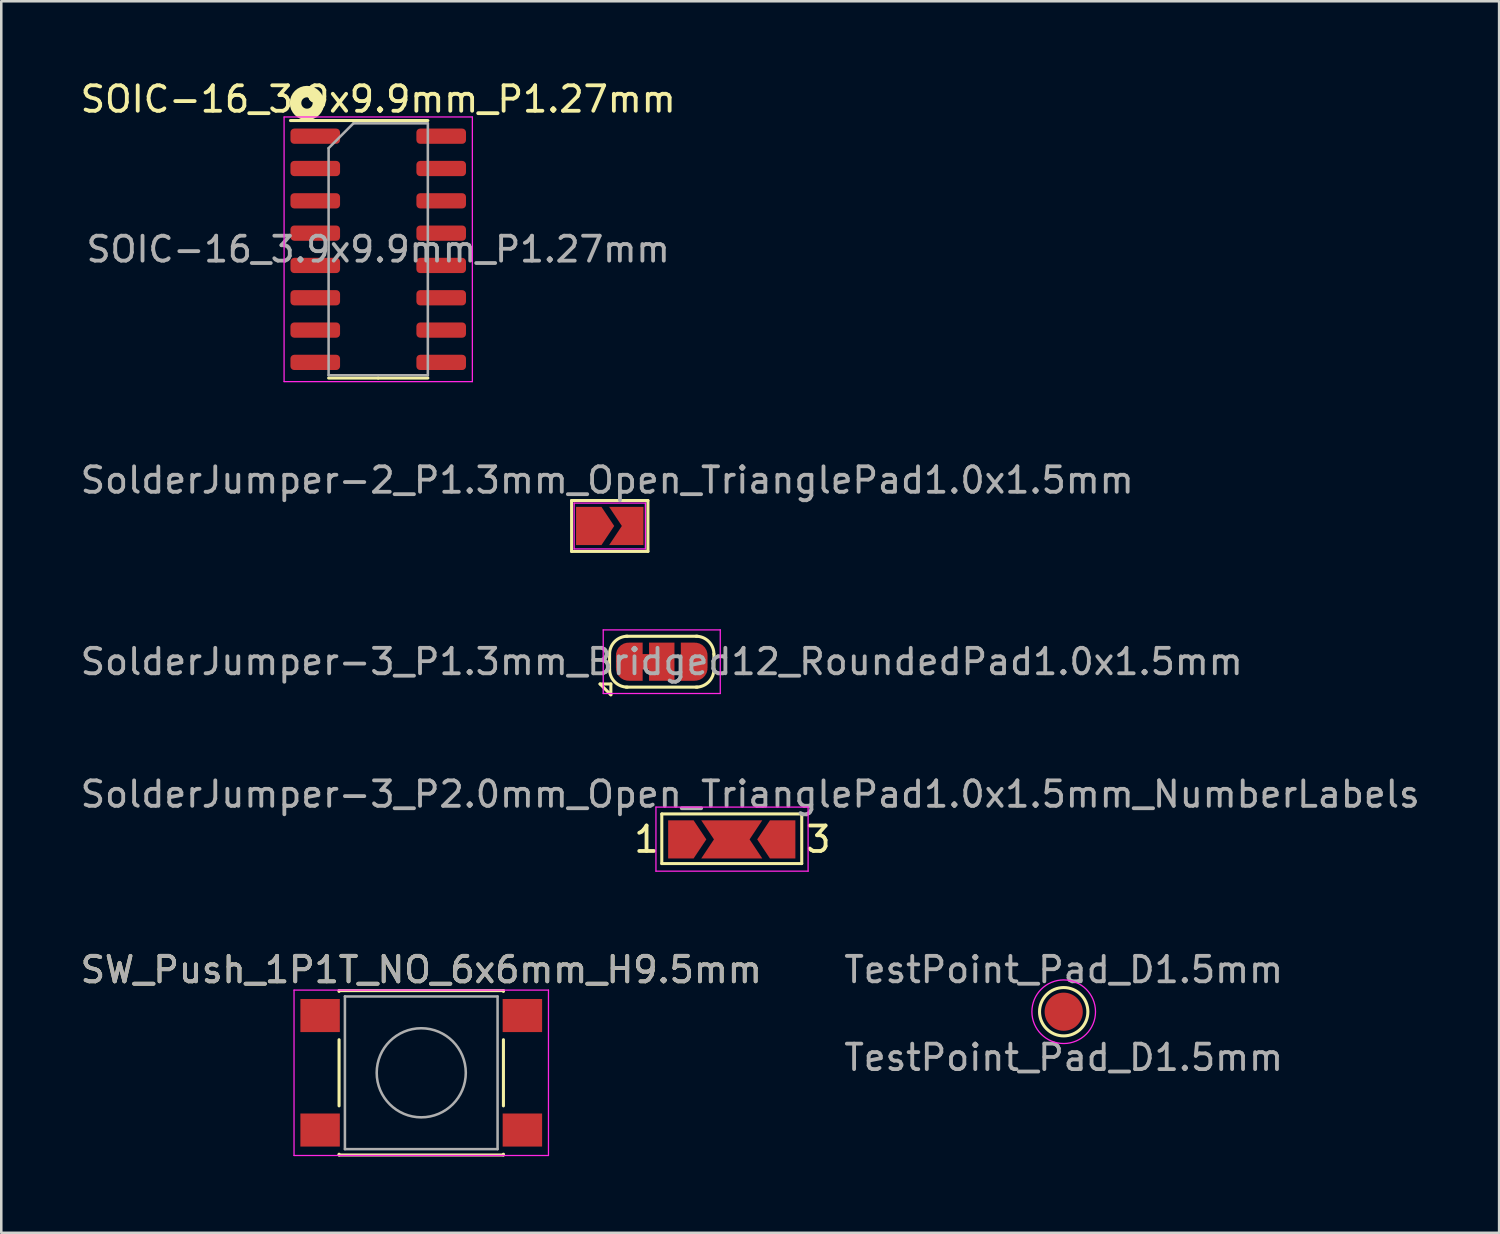
<source format=kicad_pcb>
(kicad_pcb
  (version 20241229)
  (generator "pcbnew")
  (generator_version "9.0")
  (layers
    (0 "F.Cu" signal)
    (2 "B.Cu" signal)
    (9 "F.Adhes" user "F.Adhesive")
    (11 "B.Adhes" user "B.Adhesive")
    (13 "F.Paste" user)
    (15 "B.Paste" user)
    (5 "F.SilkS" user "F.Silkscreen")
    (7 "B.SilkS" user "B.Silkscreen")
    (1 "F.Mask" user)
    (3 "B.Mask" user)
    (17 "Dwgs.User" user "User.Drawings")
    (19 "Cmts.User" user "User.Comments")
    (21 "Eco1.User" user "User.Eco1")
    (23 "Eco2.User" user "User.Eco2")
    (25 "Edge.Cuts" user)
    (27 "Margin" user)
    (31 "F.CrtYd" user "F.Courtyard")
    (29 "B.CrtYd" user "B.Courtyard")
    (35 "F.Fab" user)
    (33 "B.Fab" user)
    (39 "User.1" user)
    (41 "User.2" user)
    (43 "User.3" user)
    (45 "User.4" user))
  (footprint "SolderJumper-3_P2.0mm_Open_TrianglePad1.0x1.5mm_NumberLabels"
    (layer "F.Cu")
    (at 25.71 29.94)
    (property "Reference" "SolderJumper-3_P2.0mm_Open_TrianglePad1.0x1.5mm_NumberLabels" (at 0.725 -1.775 0) (layer "F.Fab") (effects (font (size 1 1) (thickness 0.15))))
    (attr exclude_from_pos_files exclude_from_bom)
    (fp_line (start -2.75 -1) (end 2.75 -1) (stroke (width 0.12) (type solid)) (layer "F.SilkS"))
    (fp_line (start -2.75 0.95) (end -2.75 -1) (stroke (width 0.12) (type solid)) (layer "F.SilkS"))
    (fp_line (start 2.75 -1) (end 2.75 0.95) (stroke (width 0.12) (type solid)) (layer "F.SilkS"))
    (fp_line (start 2.75 0.95) (end -2.75 0.95) (stroke (width 0.12) (type solid)) (layer "F.SilkS"))
    (fp_line (start -2.98 -1.27) (end -2.98 1.25) (stroke (width 0.05) (type solid)) (layer "F.CrtYd"))
    (fp_line (start -2.98 -1.27) (end 3 -1.27) (stroke (width 0.05) (type solid)) (layer "F.CrtYd"))
    (fp_line (start 3 1.25) (end -2.98 1.25) (stroke (width 0.05) (type solid)) (layer "F.CrtYd"))
    (fp_line (start 3 1.25) (end 3 -1.27) (stroke (width 0.05) (type solid)) (layer "F.CrtYd"))
    (fp_text user "3" (at 3.4 0 0) (layer "F.SilkS") (effects (font (size 1 1) (thickness 0.15))))
    (fp_text user "1" (at -3.35 0 0) (layer "F.SilkS") (effects (font (size 1 1) (thickness 0.15))))
    (pad "" smd custom (at -0.5 0) (size 0.3 0.3) (layers "F.Paste") (options (anchor rect)) (primitives (gr_poly (pts (xy -0.7 0.75) (xy -0.2 0) (xy -0.7 -0.75) (xy 0.2 -0.75) (xy 0.2 0.75)) (width 0) (fill yes))))
    (pad "" smd custom (at 0.5 0 180) (size 0.3 0.3) (layers "F.Paste") (options (anchor rect)) (primitives (gr_poly (pts (xy -0.7 0.75) (xy -0.2 0) (xy -0.7 -0.75) (xy 0.2 -0.75) (xy 0.2 0.75)) (width 0) (fill yes))))
    (pad "1" smd custom (at -2 0) (size 0.3 0.3) (layers "F.Cu" "F.Mask") (options (anchor rect)) (primitives (gr_poly (pts (xy 1 0) (xy 0.5 0.75) (xy -0.5 0.75) (xy -0.5 -0.75) (xy 0.5 -0.75)) (width 0) (fill yes))))
    (pad "2" smd custom (at 0 0) (size 0.3 0.3) (layers "F.Cu") (options (anchor rect)) (primitives (gr_poly (pts (xy 0.7 0) (xy 1.2 0.75) (xy -1.2 0.75) (xy -0.7 0) (xy -1.2 -0.75) (xy 1.2 -0.75)) (width 0) (fill yes))))
    (pad "3" smd custom (at 2 0 180) (size 0.3 0.3) (layers "F.Cu" "F.Mask") (options (anchor rect)) (primitives (gr_poly (pts (xy 1 0) (xy 0.5 0.75) (xy -0.5 0.75) (xy -0.5 -0.75) (xy 0.5 -0.75)) (width 0) (fill yes)))))
  (footprint "SolderJumper-2_P1.3mm_Open_TrianglePad1.0x1.5mm"
    (layer "F.Cu")
    (at 20.815 17.622)
    (property "Reference" "SolderJumper-2_P1.3mm_Open_TrianglePad1.0x1.5mm" (at 0 -1.8 0) (layer "F.Fab") (effects (font (size 1 1) (thickness 0.15))))
    (attr exclude_from_pos_files exclude_from_bom)
    (fp_line (start -1.4 -1) (end 1.6 -1) (stroke (width 0.12) (type solid)) (layer "F.SilkS"))
    (fp_line (start -1.4 1) (end -1.4 -1) (stroke (width 0.12) (type solid)) (layer "F.SilkS"))
    (fp_line (start 1.6 -1) (end 1.6 1) (stroke (width 0.12) (type solid)) (layer "F.SilkS"))
    (fp_line (start 1.6 1) (end -1.4 1) (stroke (width 0.12) (type solid)) (layer "F.SilkS"))
    (fp_line (start -1.3 -0.9) (end -1.3 0.9) (stroke (width 0.05) (type solid)) (layer "F.CrtYd"))
    (fp_line (start -1.3 -0.9) (end 1.5 -0.9) (stroke (width 0.05) (type solid)) (layer "F.CrtYd"))
    (fp_line (start 1.5 0.9) (end -1.3 0.9) (stroke (width 0.05) (type solid)) (layer "F.CrtYd"))
    (fp_line (start 1.5 0.9) (end 1.5 -0.9) (stroke (width 0.05) (type solid)) (layer "F.CrtYd"))
    (pad "1" smd custom (at -0.925 0) (size 0.3 0.3) (layers "F.Cu" "F.Mask") (options (anchor rect)) (primitives (gr_poly (pts (xy -0.3 -0.75) (xy 0.7 -0.75) (xy 1.2 0) (xy 0.7 0.75) (xy -0.3 0.75)) (width 0) (fill yes))))
    (pad "2" smd custom (at 1.225 0) (size 0.3 0.3) (layers "F.Cu" "F.Mask") (options (anchor rect)) (primitives (gr_poly (pts (xy -1.15 -0.75) (xy 0.2 -0.75) (xy 0.2 0.75) (xy -1.15 0.75) (xy -0.65 0)) (width 0) (fill yes)))))
  (footprint "TestPoint_Pad_D1.5mm"
    (layer "F.Cu")
    (at 38.756 36.713)
    (property "Reference" "TestPoint_Pad_D1.5mm" (at 0 1.8 0) (layer "F.Fab") (effects (font (size 1 1) (thickness 0.15))))
    (property "Value" "(${VALUE})" (at 0 -1.7 0) (layer "F.SilkS") (hide yes) (effects (font (size 1 1) (thickness 0.15))))
    (attr exclude_from_pos_files exclude_from_bom)
    (fp_circle (center 0 0) (end 0 0.95) (stroke (width 0.12) (type solid)) (fill no) (layer "F.SilkS"))
    (fp_circle (center 0 0) (end 1.25 0) (stroke (width 0.05) (type solid)) (fill no) (layer "F.CrtYd"))
    (fp_text user "${REFERENCE}" (at 0 -1.65 0) (layer "F.Fab") (effects (font (size 1 1) (thickness 0.15))))
    (pad "1" smd circle (at 0 0) (size 1.5 1.5) (layers "F.Cu" "F.Mask")))
  (footprint "SolderJumper-3_P1.3mm_Bridged12_RoundedPad1.0x1.5mm"
    (layer "F.Cu")
    (at 22.958 22.956)
    (property "Reference" "SolderJumper-3_P1.3mm_Bridged12_RoundedPad1.0x1.5mm" (at 0 0 0) (layer "F.Fab") (effects (font (size 1 1) (thickness 0.15))))
    (property "Value" "(${VALUE})" (at -0.508 -2.032 0) (layer "F.SilkS") (hide yes) (effects (font (size 1 1) (thickness 0.15))))
    (attr exclude_from_pos_files exclude_from_bom)
    (fp_poly (pts (xy -0.9 -0.3) (xy -0.4 -0.3) (xy -0.4 0.3) (xy -0.9 0.3)) (stroke (width 0) (type solid)) (fill yes) (layer "F.Cu"))
    (fp_line (start -2.424 0.876) (end -2 1.3) (stroke (width 0.12) (type solid)) (layer "F.SilkS"))
    (fp_line (start -2.05 0.3) (end -2.05 -0.3) (stroke (width 0.12) (type solid)) (layer "F.SilkS"))
    (fp_line (start -2 0.876) (end -2.424 0.876) (stroke (width 0.12) (type solid)) (layer "F.SilkS"))
    (fp_line (start -2 0.876) (end -2 1.3) (stroke (width 0.12) (type solid)) (layer "F.SilkS"))
    (fp_line (start -1.4 -1) (end 1.4 -1) (stroke (width 0.12) (type solid)) (layer "F.SilkS"))
    (fp_line (start 1.4 1) (end -1.4 1) (stroke (width 0.12) (type solid)) (layer "F.SilkS"))
    (fp_line (start 2.05 -0.3) (end 2.05 0.3) (stroke (width 0.12) (type solid)) (layer "F.SilkS"))
    (fp_arc (start -2.05 -0.3) (mid -1.844975 -0.794975) (end -1.35 -1) (stroke (width 0.12) (type solid)) (layer "F.SilkS"))
    (fp_arc (start -1.35 1) (mid -1.844975 0.794975) (end -2.05 0.3) (stroke (width 0.12) (type solid)) (layer "F.SilkS"))
    (fp_arc (start 1.35 -1) (mid 1.844975 -0.794975) (end 2.05 -0.3) (stroke (width 0.12) (type solid)) (layer "F.SilkS"))
    (fp_arc (start 2.05 0.3) (mid 1.844975 0.794975) (end 1.35 1) (stroke (width 0.12) (type solid)) (layer "F.SilkS"))
    (fp_line (start -2.3 -1.25) (end -2.3 1.25) (stroke (width 0.05) (type solid)) (layer "F.CrtYd"))
    (fp_line (start -2.3 -1.25) (end 2.3 -1.25) (stroke (width 0.05) (type solid)) (layer "F.CrtYd"))
    (fp_line (start 2.3 1.25) (end -2.3 1.25) (stroke (width 0.05) (type solid)) (layer "F.CrtYd"))
    (fp_line (start 2.3 1.25) (end 2.3 -1.25) (stroke (width 0.05) (type solid)) (layer "F.CrtYd"))
    (pad "1" smd custom (at -1.3 0) (size 1 0.5) (layers "F.Cu" "F.Mask") (options (anchor rect)) (primitives (gr_circle (center 0 0.25) (end 0.5 0.25) (width 0) (fill yes)) (gr_circle (center 0 -0.25) (end 0.5 -0.25) (width 0) (fill yes)) (gr_poly (pts (xy 0.55 0.75) (xy 0 0.75) (xy 0 -0.75) (xy 0.55 -0.75)) (width 0) (fill yes))))
    (pad "2" smd rect (at 0 0) (size 1 1.5) (layers "F.Cu" "F.Mask"))
    (pad "3" smd custom (at 1.3 0) (size 1 0.5) (layers "F.Cu" "F.Mask") (options (anchor rect)) (primitives (gr_circle (center 0 0.25) (end 0.5 0.25) (width 0) (fill yes)) (gr_circle (center 0 -0.25) (end 0.5 -0.25) (width 0) (fill yes)) (gr_poly (pts (xy 0 0.75) (xy -0.55 0.75) (xy -0.55 -0.75) (xy 0 -0.75)) (width 0) (fill yes)))))
  (footprint "SW_Push_1P1T_NO_6x6mm_H9.5mm"
    (layer "F.Cu")
    (at 13.506 39.113)
    (property "Reference" "SW_Push_1P1T_NO_6x6mm_H9.5mm" (at 0 -4.05 0) (layer "F.SilkS") (effects (font (size 1 1) (thickness 0.15))))
    (attr smd)
    (fp_line (start -3.23 -3.23) (end 3.23 -3.23) (stroke (width 0.12) (type solid)) (layer "F.SilkS"))
    (fp_line (start -3.23 -3.2) (end -3.23 -3.23) (stroke (width 0.12) (type solid)) (layer "F.SilkS"))
    (fp_line (start -3.23 -1.3) (end -3.23 1.3) (stroke (width 0.12) (type solid)) (layer "F.SilkS"))
    (fp_line (start -3.23 3.23) (end -3.23 3.2) (stroke (width 0.12) (type solid)) (layer "F.SilkS"))
    (fp_line (start -3.23 3.23) (end 3.23 3.23) (stroke (width 0.12) (type solid)) (layer "F.SilkS"))
    (fp_line (start 3.23 -3.23) (end 3.23 -3.2) (stroke (width 0.12) (type solid)) (layer "F.SilkS"))
    (fp_line (start 3.23 -1.3) (end 3.23 1.3) (stroke (width 0.12) (type solid)) (layer "F.SilkS"))
    (fp_line (start 3.23 3.23) (end 3.23 3.2) (stroke (width 0.12) (type solid)) (layer "F.SilkS"))
    (fp_line (start -5 -3.25) (end -5 3.25) (stroke (width 0.05) (type solid)) (layer "F.CrtYd"))
    (fp_line (start -5 -3.25) (end 5 -3.25) (stroke (width 0.05) (type solid)) (layer "F.CrtYd"))
    (fp_line (start -5 3.25) (end 5 3.25) (stroke (width 0.05) (type solid)) (layer "F.CrtYd"))
    (fp_line (start 5 3.25) (end 5 -3.25) (stroke (width 0.05) (type solid)) (layer "F.CrtYd"))
    (fp_line (start -3 -3) (end -3 3) (stroke (width 0.1) (type solid)) (layer "F.Fab"))
    (fp_line (start -3 3) (end 3 3) (stroke (width 0.1) (type solid)) (layer "F.Fab"))
    (fp_line (start 3 -3) (end -3 -3) (stroke (width 0.1) (type solid)) (layer "F.Fab"))
    (fp_line (start 3 3) (end 3 -3) (stroke (width 0.1) (type solid)) (layer "F.Fab"))
    (fp_circle (center 0 0) (end 1.75 -0.05) (stroke (width 0.1) (type solid)) (fill no) (layer "F.Fab"))
    (fp_text user "${REFERENCE}" (at 0 -4.05 0) (layer "F.Fab") (effects (font (size 1 1) (thickness 0.15))))
    (pad "1" smd rect (at -3.975 -2.25) (size 1.55 1.3) (layers "F.Cu" "F.Mask" "F.Paste"))
    (pad "1" smd rect (at 3.975 -2.25) (size 1.55 1.3) (layers "F.Cu" "F.Mask" "F.Paste"))
    (pad "2" smd rect (at -3.975 2.25) (size 1.55 1.3) (layers "F.Cu" "F.Mask" "F.Paste"))
    (pad "2" smd rect (at 3.975 2.25) (size 1.55 1.3) (layers "F.Cu" "F.Mask" "F.Paste")))
  (footprint "SOIC-16_3.9x9.9mm_P1.27mm"
    (layer "F.Cu")
    (at 11.815 6.748)
    (property "Reference" "SOIC-16_3.9x9.9mm_P1.27mm" (at 0 -5.9 0) (layer "F.SilkS") (effects (font (size 1 1) (thickness 0.15))))
    (attr smd)
    (fp_line (start 0 -5.06) (end -3.45 -5.06) (stroke (width 0.12) (type solid)) (layer "F.SilkS"))
    (fp_line (start 0 -5.06) (end 1.95 -5.06) (stroke (width 0.12) (type solid)) (layer "F.SilkS"))
    (fp_line (start 0 5.06) (end -1.95 5.06) (stroke (width 0.12) (type solid)) (layer "F.SilkS"))
    (fp_line (start 0 5.06) (end 1.95 5.06) (stroke (width 0.12) (type solid)) (layer "F.SilkS"))
    (fp_circle (center -2.8 -5.75) (end -2.6 -5.65) (stroke (width 0.45) (type solid)) (fill no) (layer "F.SilkS"))
    (fp_line (start -3.7 -5.2) (end -3.7 5.2) (stroke (width 0.05) (type solid)) (layer "F.CrtYd"))
    (fp_line (start -3.7 5.2) (end 3.7 5.2) (stroke (width 0.05) (type solid)) (layer "F.CrtYd"))
    (fp_line (start 3.7 -5.2) (end -3.7 -5.2) (stroke (width 0.05) (type solid)) (layer "F.CrtYd"))
    (fp_line (start 3.7 5.2) (end 3.7 -5.2) (stroke (width 0.05) (type solid)) (layer "F.CrtYd"))
    (fp_line (start -1.95 -3.975) (end -0.975 -4.95) (stroke (width 0.1) (type solid)) (layer "F.Fab"))
    (fp_line (start -1.95 4.95) (end -1.95 -3.975) (stroke (width 0.1) (type solid)) (layer "F.Fab"))
    (fp_line (start -0.975 -4.95) (end 1.95 -4.95) (stroke (width 0.1) (type solid)) (layer "F.Fab"))
    (fp_line (start 1.95 -4.95) (end 1.95 4.95) (stroke (width 0.1) (type solid)) (layer "F.Fab"))
    (fp_line (start 1.95 4.95) (end -1.95 4.95) (stroke (width 0.1) (type solid)) (layer "F.Fab"))
    (fp_text user "${REFERENCE}" (at 0 0 0) (layer "F.Fab") (effects (font (size 0.98 0.98) (thickness 0.15))))
    (pad "1" smd roundrect (at -2.475 -4.445) (size 1.95 0.6) (layers "F.Cu" "F.Mask" "F.Paste") (roundrect_rratio 0.25))
    (pad "2" smd roundrect (at -2.475 -3.175) (size 1.95 0.6) (layers "F.Cu" "F.Mask" "F.Paste") (roundrect_rratio 0.25))
    (pad "3" smd roundrect (at -2.475 -1.905) (size 1.95 0.6) (layers "F.Cu" "F.Mask" "F.Paste") (roundrect_rratio 0.25))
    (pad "4" smd roundrect (at -2.475 -0.635) (size 1.95 0.6) (layers "F.Cu" "F.Mask" "F.Paste") (roundrect_rratio 0.25))
    (pad "5" smd roundrect (at -2.475 0.635) (size 1.95 0.6) (layers "F.Cu" "F.Mask" "F.Paste") (roundrect_rratio 0.25))
    (pad "6" smd roundrect (at -2.475 1.905) (size 1.95 0.6) (layers "F.Cu" "F.Mask" "F.Paste") (roundrect_rratio 0.25))
    (pad "7" smd roundrect (at -2.475 3.175) (size 1.95 0.6) (layers "F.Cu" "F.Mask" "F.Paste") (roundrect_rratio 0.25))
    (pad "8" smd roundrect (at -2.475 4.445) (size 1.95 0.6) (layers "F.Cu" "F.Mask" "F.Paste") (roundrect_rratio 0.25))
    (pad "9" smd roundrect (at 2.475 4.445) (size 1.95 0.6) (layers "F.Cu" "F.Mask" "F.Paste") (roundrect_rratio 0.25))
    (pad "10" smd roundrect (at 2.475 3.175) (size 1.95 0.6) (layers "F.Cu" "F.Mask" "F.Paste") (roundrect_rratio 0.25))
    (pad "11" smd roundrect (at 2.475 1.905) (size 1.95 0.6) (layers "F.Cu" "F.Mask" "F.Paste") (roundrect_rratio 0.25))
    (pad "12" smd roundrect (at 2.475 0.635) (size 1.95 0.6) (layers "F.Cu" "F.Mask" "F.Paste") (roundrect_rratio 0.25))
    (pad "13" smd roundrect (at 2.475 -0.635) (size 1.95 0.6) (layers "F.Cu" "F.Mask" "F.Paste") (roundrect_rratio 0.25))
    (pad "14" smd roundrect (at 2.475 -1.905) (size 1.95 0.6) (layers "F.Cu" "F.Mask" "F.Paste") (roundrect_rratio 0.25))
    (pad "15" smd roundrect (at 2.475 -3.175) (size 1.95 0.6) (layers "F.Cu" "F.Mask" "F.Paste") (roundrect_rratio 0.25))
    (pad "16" smd roundrect (at 2.475 -4.445) (size 1.95 0.6) (layers "F.Cu" "F.Mask" "F.Paste") (roundrect_rratio 0.25)))
  (gr_rect
    (start -3 -3)
    (end 55.869 45.403)
    (stroke (width 0.1) (type default))
    (fill no)
    (layer "Edge.Cuts")))
</source>
